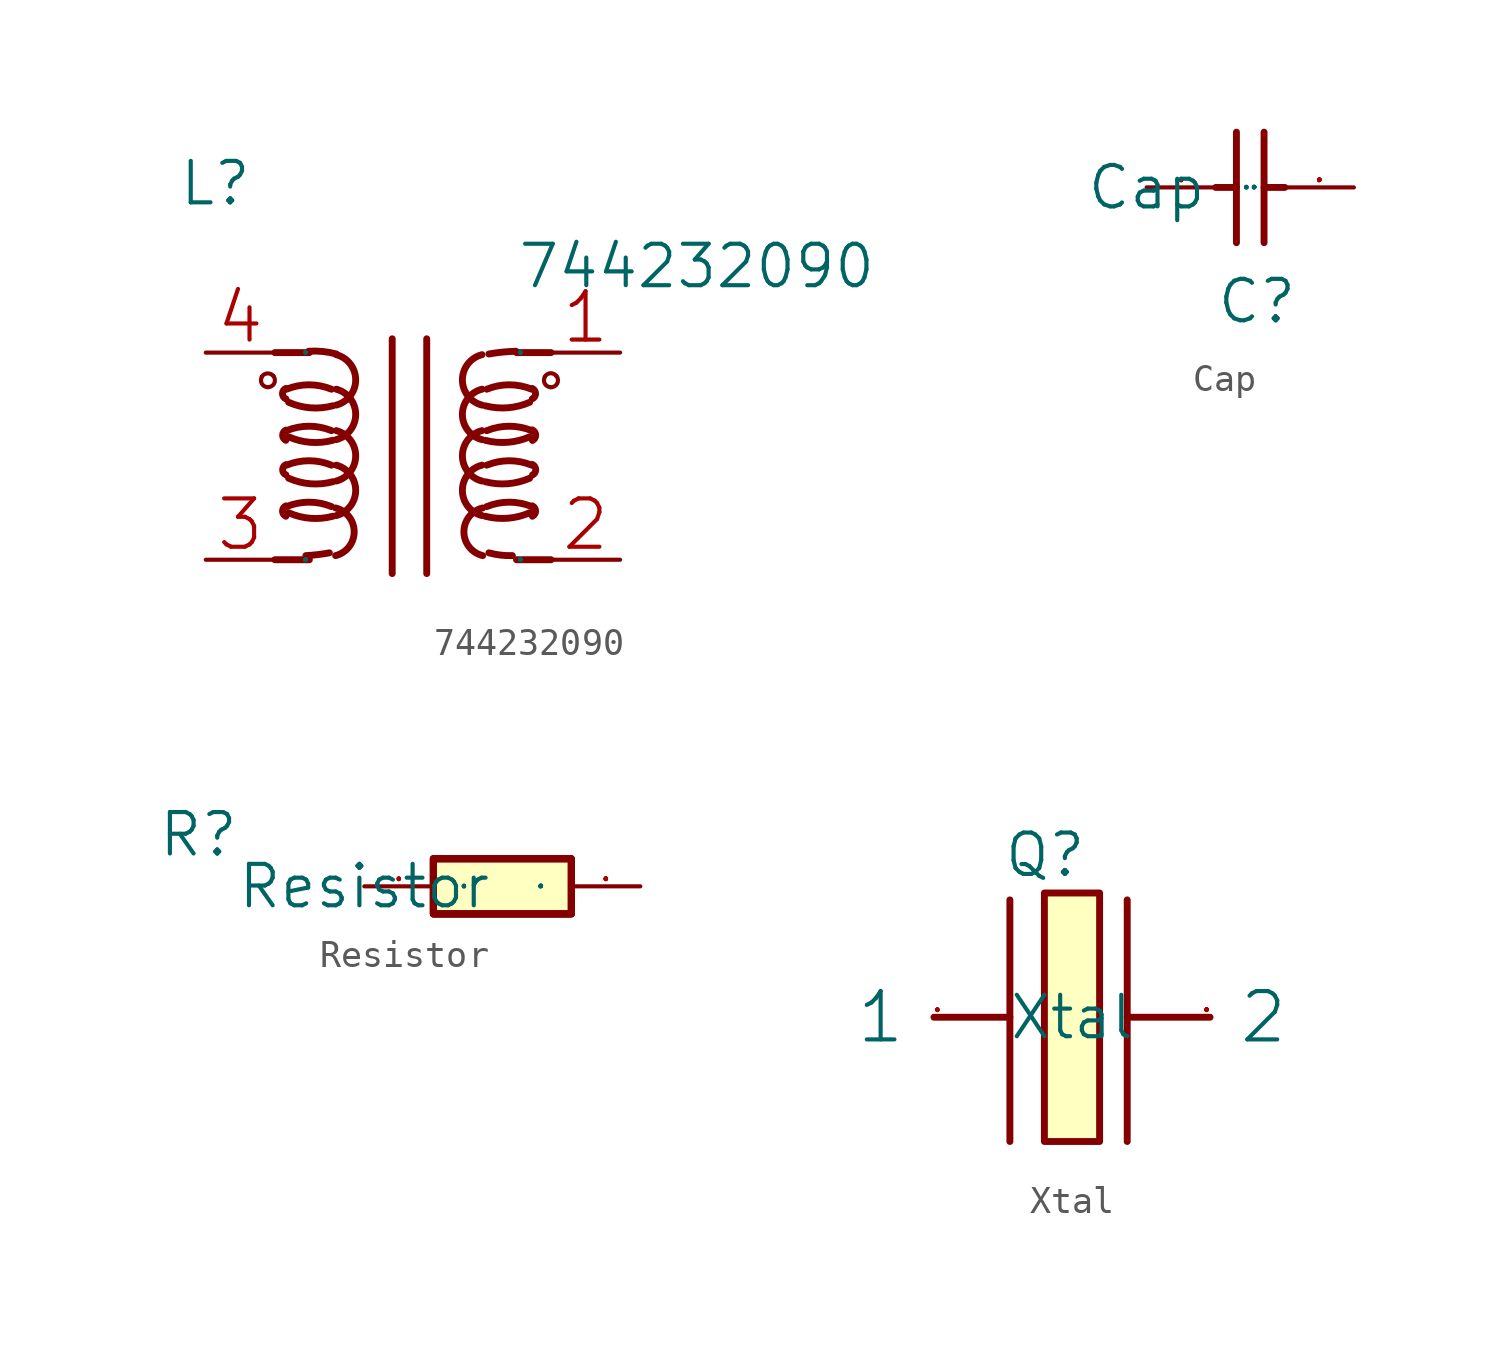
<source format=kicad_sym>
(kicad_symbol_lib
  (version 20211014)
  (generator kicad_symbol_editor)
  (symbol "744232090"
    (pin_names
      (offset 1.016))
    (property "Reference" "L"
      (at -1.016 5.334 0)
      (effects (font (size 1.524 1.524)) (justify left bottom)))
    (property "Value" "744232090"
      (at 11.43 2.286 0)
      (effects (font (size 1.524 1.524)) (justify left bottom)))
    (property "Footprint" ""
      (at 0 0 0)
      (effects (font (size 1.524 1.524))))
    (property "Datasheet" ""
      (at 0 0 0)
      (effects (font (size 1.524 1.524))))
    (symbol "744232090_0_1"
      (polyline (pts (xy 2.54 -7.62) (xy 3.81 -7.62)) (stroke (width 0.254) (type default) (color 0 0 0 0)) (fill (type none)))
      (polyline (pts (xy 2.54 0) (xy 3.81 0)) (stroke (width 0.254) (type default) (color 0 0 0 0)) (fill (type none)))
      (polyline (pts (xy 6.858 0.508) (xy 6.858 -8.128)) (stroke (width 0.254) (type default) (color 0 0 0 0)) (fill (type none)))
      (polyline (pts (xy 8.128 0.508) (xy 8.128 -8.128)) (stroke (width 0.254) (type default) (color 0 0 0 0)) (fill (type none)))
      (polyline (pts (xy 12.7 -7.62) (xy 11.43 -7.62)) (stroke (width 0.254) (type default) (color 0 0 0 0)) (fill (type none)))
      (polyline (pts (xy 12.7 0) (xy 11.43 0)) (stroke (width 0.254) (type default) (color 0 0 0 0)) (fill (type none)))
      (pin passive line (at 15.24 0 180) (length 2.54) (name "1" (effects (font (size 0.025 0.025)))) (number "1" (effects (font (size 1.778 1.778)))))
      (pin passive line (at 15.24 -7.62 180) (length 2.54) (name "2" (effects (font (size 0.025 0.025)))) (number "2" (effects (font (size 1.778 1.778)))))
      (pin passive line (at 0 -7.62 0) (length 2.54) (name "3" (effects (font (size 0.025 0.025)))) (number "3" (effects (font (size 1.778 1.778)))))
      (pin passive line (at 0 0 0) (length 2.54) (name "4" (effects (font (size 0.025 0.025)))) (number "4" (effects (font (size 1.778 1.778))))))
    (symbol "744232090_1_1"
      (arc (start 2.0574 -0.889) (mid 2.0543 -1.1372) (end 2.2606 -1.27) (stroke (width 0) (type default) (color 0 0 0 0)) (fill (type none)))
      (arc (start 2.2606 -1.27) (mid 2.5083 -1.1414) (end 2.4892 -0.8636) (stroke (width 0) (type default) (color 0 0 0 0)) (fill (type none)))
      (arc (start 2.4892 -0.8636) (mid 2.2687 -0.7626) (end 2.0574 -0.889) (stroke (width 0) (type default) (color 0 0 0 0)) (fill (type none)))
      (arc (start 2.9464 -5.6388) (mid 2.8209 -5.8357) (end 2.9464 -6.0198) (stroke (width 0.254) (type default) (color 0 0 0 0)) (fill (type none)))
      (arc (start 2.9464 -4.1148) (mid 2.8209 -4.3117) (end 2.9464 -4.4958) (stroke (width 0.254) (type default) (color 0 0 0 0)) (fill (type none)))
      (arc (start 2.9464 -2.8448) (mid 2.8209 -3.0417) (end 2.9464 -3.2258) (stroke (width 0.254) (type default) (color 0 0 0 0)) (fill (type none)))
      (arc (start 2.9464 -1.3208) (mid 2.8209 -1.5177) (end 2.9464 -1.7018) (stroke (width 0.254) (type default) (color 0 0 0 0)) (fill (type none)))
      (arc (start 3.048 -5.8928) (mid 3.8507 -6.0952) (end 4.6736 -6.0198) (stroke (width 0.254) (type default) (color 0 0 0 0)) (fill (type none)))
      (arc (start 3.048 -4.6228) (mid 3.8507 -4.8252) (end 4.6736 -4.7498) (stroke (width 0.254) (type default) (color 0 0 0 0)) (fill (type none)))
      (arc (start 3.048 -3.0988) (mid 3.8507 -3.3012) (end 4.6736 -3.2258) (stroke (width 0.254) (type default) (color 0 0 0 0)) (fill (type none)))
      (arc (start 3.048 -1.8288) (mid 3.8507 -2.0312) (end 4.6736 -1.9558) (stroke (width 0.254) (type default) (color 0 0 0 0)) (fill (type none)))
      (arc (start 3.683 -7.4676) (mid 4.116 -7.4317) (end 4.5466 -7.366) (stroke (width 0.254) (type default) (color 0 0 0 0)) (fill (type none)))
      (arc (start 4.6228 -5.6642) (mid 3.7983 -5.5021) (end 2.9718 -5.6642) (stroke (width 0.254) (type default) (color 0 0 0 0)) (fill (type none)))
      (arc (start 4.6228 -4.1402) (mid 3.7983 -3.9781) (end 2.9718 -4.1402) (stroke (width 0.254) (type default) (color 0 0 0 0)) (fill (type none)))
      (arc (start 4.6228 -2.8702) (mid 3.7983 -2.7081) (end 2.9718 -2.8702) (stroke (width 0.254) (type default) (color 0 0 0 0)) (fill (type none)))
      (arc (start 4.6228 -1.3462) (mid 3.7983 -1.1841) (end 2.9718 -1.3462) (stroke (width 0.254) (type default) (color 0 0 0 0)) (fill (type none)))
      (arc (start 4.7752 -7.4676) (mid 5.4592 -6.6012) (end 4.7752 -5.715) (stroke (width 0.254) (type default) (color 0 0 0 0)) (fill (type none)))
      (arc (start 4.8006 -5.9944) (mid 5.5145 -5.077) (end 4.8006 -4.1402) (stroke (width 0.254) (type default) (color 0 0 0 0)) (fill (type none)))
      (arc (start 4.8006 -4.7244) (mid 5.5145 -3.807) (end 4.8006 -2.8702) (stroke (width 0.254) (type default) (color 0 0 0 0)) (fill (type none)))
      (arc (start 4.8006 -3.2004) (mid 5.5145 -2.283) (end 4.8006 -1.3462) (stroke (width 0.254) (type default) (color 0 0 0 0)) (fill (type none)))
      (arc (start 4.8006 -1.9304) (mid 5.5145 -1.013) (end 4.8006 -0.0762) (stroke (width 0.254) (type default) (color 0 0 0 0)) (fill (type none)))
      (arc (start 4.8006 -0.0508) (mid 4.2963 0.0409) (end 3.7846 0.0508) (stroke (width 0.254) (type default) (color 0 0 0 0)) (fill (type none)))
      (arc (start 10.16 -4.1402) (mid 9.4405 -5.0766) (end 10.16 -5.9944) (stroke (width 0.254) (type default) (color 0 0 0 0)) (fill (type none)))
      (arc (start 10.16 -2.8702) (mid 9.4405 -3.8066) (end 10.16 -4.7244) (stroke (width 0.254) (type default) (color 0 0 0 0)) (fill (type none)))
      (arc (start 10.16 -1.3462) (mid 9.4405 -2.2826) (end 10.16 -3.2004) (stroke (width 0.254) (type default) (color 0 0 0 0)) (fill (type none)))
      (arc (start 10.16 -0.0762) (mid 9.4405 -1.0126) (end 10.16 -1.9304) (stroke (width 0.254) (type default) (color 0 0 0 0)) (fill (type none)))
      (arc (start 10.1854 -5.715) (mid 9.4961 -6.6008) (end 10.1854 -7.4676) (stroke (width 0.254) (type default) (color 0 0 0 0)) (fill (type none)))
      (arc (start 10.287 -6.0198) (mid 11.111 -6.0933) (end 11.9126 -5.8928) (stroke (width 0.254) (type default) (color 0 0 0 0)) (fill (type none)))
      (arc (start 10.287 -4.7498) (mid 11.111 -4.8233) (end 11.9126 -4.6228) (stroke (width 0.254) (type default) (color 0 0 0 0)) (fill (type none)))
      (arc (start 10.287 -3.2258) (mid 11.111 -3.2993) (end 11.9126 -3.0988) (stroke (width 0.254) (type default) (color 0 0 0 0)) (fill (type none)))
      (arc (start 10.287 -1.9558) (mid 11.111 -2.0293) (end 11.9126 -1.8288) (stroke (width 0.254) (type default) (color 0 0 0 0)) (fill (type none)))
      (arc (start 10.414 -7.366) (mid 10.8422 -7.4496) (end 11.2776 -7.4676) (stroke (width 0.254) (type default) (color 0 0 0 0)) (fill (type none)))
      (arc (start 11.4046 0.0508) (mid 10.9086 0.0177) (end 10.414 -0.0508) (stroke (width 0.254) (type default) (color 0 0 0 0)) (fill (type none)))
      (arc (start 11.9888 -5.6642) (mid 11.1643 -5.5021) (end 10.3378 -5.6642) (stroke (width 0.254) (type default) (color 0 0 0 0)) (fill (type none)))
      (arc (start 11.9888 -4.1402) (mid 11.1643 -3.9781) (end 10.3378 -4.1402) (stroke (width 0.254) (type default) (color 0 0 0 0)) (fill (type none)))
      (arc (start 11.9888 -2.8702) (mid 11.1643 -2.7081) (end 10.3378 -2.8702) (stroke (width 0.254) (type default) (color 0 0 0 0)) (fill (type none)))
      (arc (start 11.9888 -1.3462) (mid 11.1643 -1.1841) (end 10.3378 -1.3462) (stroke (width 0.254) (type default) (color 0 0 0 0)) (fill (type none)))
      (arc (start 12.0142 -6.0198) (mid 12.1314 -5.8375) (end 12.0142 -5.6388) (stroke (width 0.254) (type default) (color 0 0 0 0)) (fill (type none)))
      (arc (start 12.0142 -4.4958) (mid 12.1314 -4.3135) (end 12.0142 -4.1148) (stroke (width 0.254) (type default) (color 0 0 0 0)) (fill (type none)))
      (arc (start 12.0142 -3.2258) (mid 12.1314 -3.0435) (end 12.0142 -2.8448) (stroke (width 0.254) (type default) (color 0 0 0 0)) (fill (type none)))
      (arc (start 12.0142 -1.7018) (mid 12.1314 -1.5195) (end 12.0142 -1.3208) (stroke (width 0.254) (type default) (color 0 0 0 0)) (fill (type none)))
      (arc (start 12.4714 -0.889) (mid 12.4683 -1.1372) (end 12.6746 -1.27) (stroke (width 0) (type default) (color 0 0 0 0)) (fill (type none)))
      (arc (start 12.6746 -1.27) (mid 12.9223 -1.1414) (end 12.9032 -0.8636) (stroke (width 0) (type default) (color 0 0 0 0)) (fill (type none)))
      (arc (start 12.9032 -0.8636) (mid 12.6827 -0.7626) (end 12.4714 -0.889) (stroke (width 0) (type default) (color 0 0 0 0)) (fill (type none)))))
  (symbol "Cap"
    (pin_names
      (offset 1.016))
    (property "Reference" "C"
      (at 2.54 -5.08 0)
      (effects (font (size 1.524 1.524)) (justify left bottom)))
    (property "Value" "Cap"
      (at 0 0 0)
      (effects (font (size 1.524 1.524))))
    (property "Footprint" ""
      (at 0 0 0)
      (effects (font (size 1.524 1.524))))
    (property "Datasheet" ""
      (at 0 0 0)
      (effects (font (size 1.524 1.524))))
    (symbol "Cap_0_1"
      (polyline (pts (xy 2.54 0) (xy 3.302 0)) (stroke (width 0.254) (type default) (color 0 0 0 0)) (fill (type none)))
      (polyline (pts (xy 3.302 -2.032) (xy 3.302 2.032)) (stroke (width 0.254) (type default) (color 0 0 0 0)) (fill (type none)))
      (polyline (pts (xy 4.318 2.032) (xy 4.318 -2.032)) (stroke (width 0.254) (type default) (color 0 0 0 0)) (fill (type none)))
      (polyline (pts (xy 5.08 0) (xy 4.318 0)) (stroke (width 0.254) (type default) (color 0 0 0 0)) (fill (type none)))
      (pin passive line (at 0 0 0) (length 2.54) (name "1" (effects (font (size 0.025 0.025)))) (number "1" (effects (font (size 0.025 0.025)))))
      (pin passive line (at 7.62 0 180) (length 2.54) (name "2" (effects (font (size 0.025 0.025)))) (number "2" (effects (font (size 0.025 0.025)))))))
  (symbol "Resistor"
    (pin_names
      (offset 1.016))
    (property "Reference" "R"
      (at -7.62 1.016 0)
      (effects (font (size 1.524 1.524)) (justify left bottom)))
    (property "Value" "Resistor"
      (at 0 0 0)
      (effects (font (size 1.524 1.524))))
    (property "Footprint" ""
      (at 0 0 0)
      (effects (font (size 1.524 1.524))))
    (property "Datasheet" ""
      (at 0 0 0)
      (effects (font (size 1.524 1.524))))
    (symbol "Resistor_0_1"
      (rectangle (start 2.54 -1.016) (end 7.62 1.016) (stroke (width 0.254) (type default) (color 0 0 0 0)) (fill (type background)))
      (rectangle (start 2.54 1.016) (end 7.62 -1.016) (stroke (width 0.254) (type default) (color 0 0 0 0)) (fill (type background)))
      (rectangle (start 7.62 -1.016) (end 2.54 1.016) (stroke (width 0.254) (type default) (color 0 0 0 0)) (fill (type background)))
      (rectangle (start 7.62 1.016) (end 2.54 -1.016) (stroke (width 0.254) (type default) (color 0 0 0 0)) (fill (type background)))
      (pin passive line (at 0 0 0) (length 2.54) (name "1" (effects (font (size 0.025 0.025)))) (number "1" (effects (font (size 0.025 0.025)))))
      (pin passive line (at 10.16 0 180) (length 2.54) (name "2" (effects (font (size 0.025 0.025)))) (number "2" (effects (font (size 0.025 0.025)))))))
  (symbol "Xtal"
    (pin_names
      (offset 1.016))
    (property "Reference" "Q"
      (at -2.54 5.08 0)
      (effects (font (size 1.524 1.524)) (justify left bottom)))
    (property "Value" "Xtal"
      (at 0 0 0)
      (effects (font (size 1.524 1.524))))
    (property "Footprint" ""
      (at 0 0 0)
      (effects (font (size 1.524 1.524))))
    (property "Datasheet" ""
      (at 0 0 0)
      (effects (font (size 1.524 1.524))))
    (symbol "Xtal_0_1"
      (rectangle (start -1.016 -4.572) (end 1.016 4.572) (stroke (width 0.254) (type default) (color 0 0 0 0)) (fill (type background)))
      (polyline (pts (xy -5.08 0) (xy -2.286 0)) (stroke (width 0.254) (type default) (color 0 0 0 0)) (fill (type none)))
      (polyline (pts (xy -2.286 4.318) (xy -2.286 -4.572)) (stroke (width 0.254) (type default) (color 0 0 0 0)) (fill (type none)))
      (polyline (pts (xy 2.032 4.318) (xy 2.032 -4.572)) (stroke (width 0.254) (type default) (color 0 0 0 0)) (fill (type none)))
      (polyline (pts (xy 5.08 0) (xy 2.032 0)) (stroke (width 0.254) (type default) (color 0 0 0 0)) (fill (type none)))
      (pin passive line (at -4.826 0 180) (length 0.254) (name "1" (effects (font (size 1.778 1.778)))) (number "1" (effects (font (size 0.025 0.025)))))
      (pin passive line (at 4.826 0 0) (length 0.254) (name "2" (effects (font (size 1.778 1.778)))) (number "2" (effects (font (size 0.025 0.025))))))))
</source>
